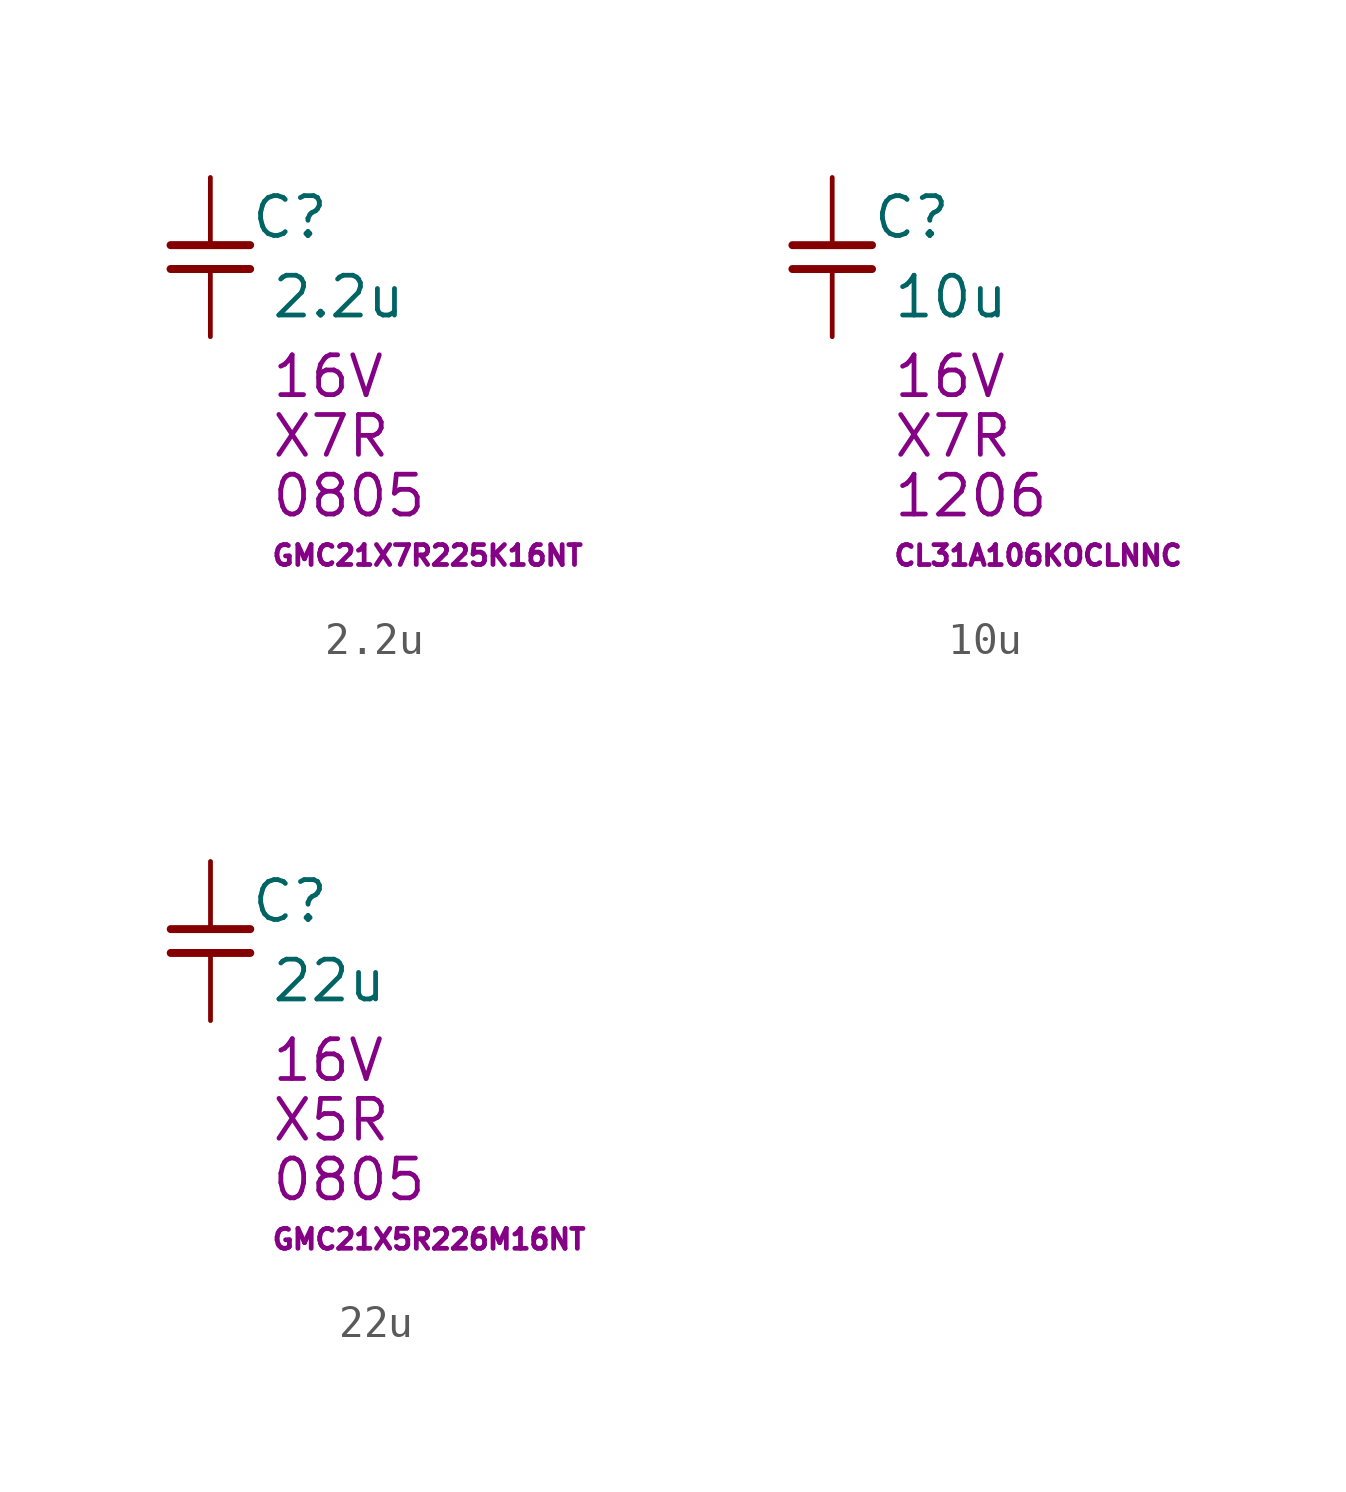
<source format=kicad_sym>
(kicad_symbol_lib
  (version 20210619)
  (generator kicad_symbol_editor)
  (symbol "ulib_Capacitor_SMD_16V:2.2u"
    (pin_numbers hide)
    (pin_names hide)
    (property "Reference" "C"
      (at 2.54 -1.27 0)
      (effects (font (size 1.27 1.27))))
    (property "Value" "2.2u"
      (at 1.905 -3.81 0)
      (effects (font (size 1.27 1.27)) (justify left)))
    (property "Mfr PN" "GMC21X7R225K16NT"
      (at 1.905 -12.065 0)
      (effects (font (size 0.635 0.635)) (justify left)))
    (property "Voltage" "16V"
      (at 1.905 -6.35 0)
      (effects (font (size 1.27 1.27)) (justify left)))
    (property "Dielectric" "X7R"
      (at 1.905 -8.255 0)
      (effects (font (size 1.27 1.27)) (justify left)))
    (property "Package" "0805"
      (at 1.905 -10.16 0)
      (effects (font (size 1.27 1.27)) (justify left)))
    (symbol "2.2u_0_1"
      (polyline (pts (xy -1.27 -2.921) (xy 1.27 -2.921)) (stroke (width 0.254)) (fill (type none)))
      (polyline (pts (xy -1.27 -2.159) (xy 1.27 -2.159)) (stroke (width 0.254)) (fill (type none))))
    (symbol "2.2u_1_1"
      (pin passive line (at 0 0 270) (length 2.1) (name "+" (effects (font (size 1.27 1.27)))) (number "1" (effects (font (size 1.27 1.27)))))
      (pin passive line (at 0 -5.08 90) (length 2.1) (name "-" (effects (font (size 1.27 1.27)))) (number "2" (effects (font (size 1.27 1.27)))))))
  (symbol "ulib_Capacitor_SMD_16V:10u"
    (pin_numbers hide)
    (pin_names hide)
    (property "Reference" "C"
      (at 2.54 -1.27 0)
      (effects (font (size 1.27 1.27))))
    (property "Value" "10u"
      (at 1.905 -3.81 0)
      (effects (font (size 1.27 1.27)) (justify left)))
    (property "Mfr PN" "CL31A106KOCLNNC"
      (at 1.905 -12.065 0)
      (effects (font (size 0.635 0.635)) (justify left)))
    (property "Voltage" "16V"
      (at 1.905 -6.35 0)
      (effects (font (size 1.27 1.27)) (justify left)))
    (property "Dielectric" "X7R"
      (at 1.905 -8.255 0)
      (effects (font (size 1.27 1.27)) (justify left)))
    (property "Package" "1206"
      (at 1.905 -10.16 0)
      (effects (font (size 1.27 1.27)) (justify left)))
    (symbol "10u_0_1"
      (polyline (pts (xy -1.27 -2.921) (xy 1.27 -2.921)) (stroke (width 0.254)) (fill (type none)))
      (polyline (pts (xy -1.27 -2.159) (xy 1.27 -2.159)) (stroke (width 0.254)) (fill (type none))))
    (symbol "10u_1_1"
      (pin passive line (at 0 0 270) (length 2.1) (name "+" (effects (font (size 1.27 1.27)))) (number "1" (effects (font (size 1.27 1.27)))))
      (pin passive line (at 0 -5.08 90) (length 2.1) (name "-" (effects (font (size 1.27 1.27)))) (number "2" (effects (font (size 1.27 1.27)))))))
  (symbol "ulib_Capacitor_SMD_16V:22u"
    (pin_numbers hide)
    (pin_names hide)
    (property "Reference" "C"
      (at 2.54 -1.27 0)
      (effects (font (size 1.27 1.27))))
    (property "Value" "22u"
      (at 1.905 -3.81 0)
      (effects (font (size 1.27 1.27)) (justify left)))
    (property "Mfr PN" "GMC21X5R226M16NT"
      (at 1.905 -12.065 0)
      (effects (font (size 0.635 0.635)) (justify left)))
    (property "Voltage" "16V"
      (at 1.905 -6.35 0)
      (effects (font (size 1.27 1.27)) (justify left)))
    (property "Dielectric" "X5R"
      (at 1.905 -8.255 0)
      (effects (font (size 1.27 1.27)) (justify left)))
    (property "Package" "0805"
      (at 1.905 -10.16 0)
      (effects (font (size 1.27 1.27)) (justify left)))
    (symbol "22u_0_1"
      (polyline (pts (xy -1.27 -2.921) (xy 1.27 -2.921)) (stroke (width 0.254)) (fill (type none)))
      (polyline (pts (xy -1.27 -2.159) (xy 1.27 -2.159)) (stroke (width 0.254)) (fill (type none))))
    (symbol "22u_1_1"
      (pin passive line (at 0 0 270) (length 2.1) (name "+" (effects (font (size 1.27 1.27)))) (number "1" (effects (font (size 1.27 1.27)))))
      (pin passive line (at 0 -5.08 90) (length 2.1) (name "-" (effects (font (size 1.27 1.27)))) (number "2" (effects (font (size 1.27 1.27))))))))
</source>
